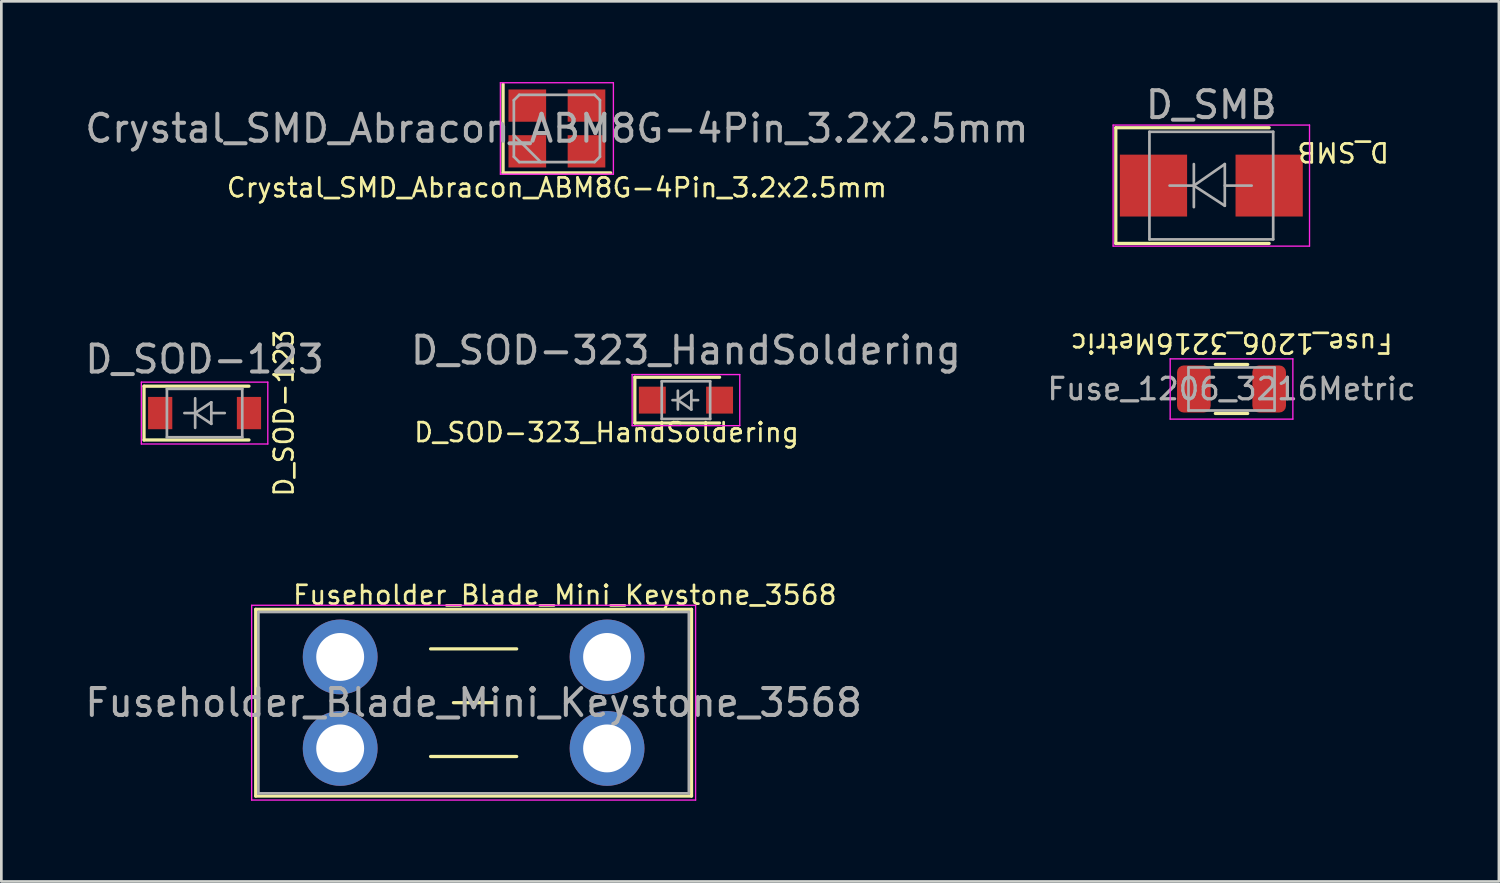
<source format=kicad_pcb>
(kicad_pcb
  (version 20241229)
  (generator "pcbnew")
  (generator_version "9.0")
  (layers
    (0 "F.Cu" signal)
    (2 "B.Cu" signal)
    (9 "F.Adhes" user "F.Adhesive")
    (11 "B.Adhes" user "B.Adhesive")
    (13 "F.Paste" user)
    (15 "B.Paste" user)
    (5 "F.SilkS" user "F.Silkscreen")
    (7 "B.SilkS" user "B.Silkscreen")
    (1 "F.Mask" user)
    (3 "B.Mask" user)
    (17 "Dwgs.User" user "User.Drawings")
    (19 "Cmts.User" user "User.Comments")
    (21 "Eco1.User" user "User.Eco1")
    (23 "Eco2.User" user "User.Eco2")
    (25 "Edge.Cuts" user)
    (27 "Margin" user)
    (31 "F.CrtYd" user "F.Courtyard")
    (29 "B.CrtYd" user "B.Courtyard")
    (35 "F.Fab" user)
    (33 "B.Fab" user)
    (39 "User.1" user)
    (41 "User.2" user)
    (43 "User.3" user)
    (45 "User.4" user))
  (footprint "D_SOD-323_HandSoldering"
    (layer "F.Cu")
    (at 22.446 11.822)
    (property "Reference" "D_SOD-323_HandSoldering" (at -2.95 1.2 0) (unlocked yes) (layer "F.SilkS") (effects (font (size 0.7 0.7) (thickness 0.1))))
    (attr smd)
    (fp_line (start -1.9 -0.85) (end -1.9 0.85) (stroke (width 0.12) (type solid)) (layer "F.SilkS"))
    (fp_line (start -1.9 -0.85) (end 1.25 -0.85) (stroke (width 0.12) (type solid)) (layer "F.SilkS"))
    (fp_line (start -1.9 0.85) (end 1.25 0.85) (stroke (width 0.12) (type solid)) (layer "F.SilkS"))
    (fp_line (start -2 -0.95) (end -2 0.95) (stroke (width 0.05) (type solid)) (layer "F.CrtYd"))
    (fp_line (start -2 -0.95) (end 2 -0.95) (stroke (width 0.05) (type solid)) (layer "F.CrtYd"))
    (fp_line (start -2 0.95) (end 2 0.95) (stroke (width 0.05) (type solid)) (layer "F.CrtYd"))
    (fp_line (start 2 -0.95) (end 2 0.95) (stroke (width 0.05) (type solid)) (layer "F.CrtYd"))
    (fp_line (start -0.9 -0.7) (end 0.9 -0.7) (stroke (width 0.1) (type solid)) (layer "F.Fab"))
    (fp_line (start -0.9 0.7) (end -0.9 -0.7) (stroke (width 0.1) (type solid)) (layer "F.Fab"))
    (fp_line (start -0.3 -0.35) (end -0.3 0.35) (stroke (width 0.1) (type solid)) (layer "F.Fab"))
    (fp_line (start -0.3 0) (end -0.5 0) (stroke (width 0.1) (type solid)) (layer "F.Fab"))
    (fp_line (start -0.3 0) (end 0.2 -0.35) (stroke (width 0.1) (type solid)) (layer "F.Fab"))
    (fp_line (start 0.2 -0.35) (end 0.2 0.35) (stroke (width 0.1) (type solid)) (layer "F.Fab"))
    (fp_line (start 0.2 0) (end 0.45 0) (stroke (width 0.1) (type solid)) (layer "F.Fab"))
    (fp_line (start 0.2 0.35) (end -0.3 0) (stroke (width 0.1) (type solid)) (layer "F.Fab"))
    (fp_line (start 0.9 -0.7) (end 0.9 0.7) (stroke (width 0.1) (type solid)) (layer "F.Fab"))
    (fp_line (start 0.9 0.7) (end -0.9 0.7) (stroke (width 0.1) (type solid)) (layer "F.Fab"))
    (fp_text user "${REFERENCE}" (at 0 -1.85 0) (unlocked yes) (layer "F.Fab") (effects (font (size 1 1) (thickness 0.15))))
    (pad "1" smd rect (at -1.25 0) (size 1 1) (layers "F.Cu" "F.Mask" "F.Paste"))
    (pad "2" smd rect (at 1.25 0) (size 1 1) (layers "F.Cu" "F.Mask" "F.Paste")))
  (footprint "Fuseholder_Blade_Mini_Keystone_3568"
    (layer "F.Cu")
    (at 9.594 21.368)
    (property "Reference" "Fuseholder_Blade_Mini_Keystone_3568" (at 8.35 -2.3 0) (unlocked yes) (layer "F.SilkS") (effects (font (size 0.7 0.7) (thickness 0.1))))
    (attr through_hole)
    (fp_line (start -3.14 -1.77) (end -3.14 5.17) (stroke (width 0.12) (type solid)) (layer "F.SilkS"))
    (fp_line (start -3.14 5.17) (end 13.06 5.17) (stroke (width 0.12) (type solid)) (layer "F.SilkS"))
    (fp_line (start 3.36 -0.3) (end 6.56 -0.3) (stroke (width 0.12) (type solid)) (layer "F.SilkS"))
    (fp_line (start 4.21 1.7) (end 5.71 1.7) (stroke (width 0.12) (type solid)) (layer "F.SilkS"))
    (fp_line (start 6.56 3.7) (end 3.36 3.7) (stroke (width 0.12) (type solid)) (layer "F.SilkS"))
    (fp_line (start 13.06 -1.77) (end -3.14 -1.77) (stroke (width 0.12) (type solid)) (layer "F.SilkS"))
    (fp_line (start 13.06 5.17) (end 13.06 -1.77) (stroke (width 0.12) (type solid)) (layer "F.SilkS"))
    (fp_line (start -3.29 -1.92) (end -3.29 5.32) (stroke (width 0.05) (type solid)) (layer "F.CrtYd"))
    (fp_line (start -3.29 5.32) (end 13.21 5.32) (stroke (width 0.05) (type solid)) (layer "F.CrtYd"))
    (fp_line (start 13.21 -1.92) (end -3.29 -1.92) (stroke (width 0.05) (type solid)) (layer "F.CrtYd"))
    (fp_line (start 13.21 5.32) (end 13.21 -1.92) (stroke (width 0.05) (type solid)) (layer "F.CrtYd"))
    (fp_line (start -3.04 -1.67) (end -3.04 5.07) (stroke (width 0.1) (type solid)) (layer "F.Fab"))
    (fp_line (start -3.04 5.07) (end 12.96 5.07) (stroke (width 0.1) (type solid)) (layer "F.Fab"))
    (fp_line (start 12.96 -1.67) (end -3.04 -1.67) (stroke (width 0.1) (type solid)) (layer "F.Fab"))
    (fp_line (start 12.96 5.07) (end 12.96 -1.67) (stroke (width 0.1) (type solid)) (layer "F.Fab"))
    (fp_text user "${REFERENCE}" (at 4.96 1.7 0) (unlocked yes) (layer "F.Fab") (effects (font (size 1 1) (thickness 0.15))))
    (pad "1" thru_hole circle (at 0 0) (size 2.78 2.78) (drill 1.78) (layers "*.Cu" "*.Mask"))
    (pad "1" thru_hole circle (at 0 3.4) (size 2.78 2.78) (drill 1.78) (layers "*.Cu" "*.Mask"))
    (pad "2" thru_hole circle (at 9.92 0) (size 2.78 2.78) (drill 1.78) (layers "*.Cu" "*.Mask"))
    (pad "2" thru_hole circle (at 9.92 3.4) (size 2.78 2.78) (drill 1.78) (layers "*.Cu" "*.Mask")))
  (footprint "D_SMB"
    (layer "F.Cu")
    (at 41.973 3.848)
    (property "Reference" "D_SMB" (at 4.9 -1.25 180) (unlocked yes) (layer "F.SilkS") (effects (font (size 0.7 0.7) (thickness 0.1))))
    (attr smd)
    (fp_line (start -3.55 -2.15) (end -3.55 2.15) (stroke (width 0.12) (type solid)) (layer "F.SilkS"))
    (fp_line (start -3.55 -2.15) (end 2.15 -2.15) (stroke (width 0.12) (type solid)) (layer "F.SilkS"))
    (fp_line (start -3.55 2.15) (end 2.15 2.15) (stroke (width 0.12) (type solid)) (layer "F.SilkS"))
    (fp_line (start -3.65 -2.25) (end 3.65 -2.25) (stroke (width 0.05) (type solid)) (layer "F.CrtYd"))
    (fp_line (start -3.65 2.25) (end -3.65 -2.25) (stroke (width 0.05) (type solid)) (layer "F.CrtYd"))
    (fp_line (start 3.65 -2.25) (end 3.65 2.25) (stroke (width 0.05) (type solid)) (layer "F.CrtYd"))
    (fp_line (start 3.65 2.25) (end -3.65 2.25) (stroke (width 0.05) (type solid)) (layer "F.CrtYd"))
    (fp_line (start -2.3 2) (end -2.3 -2) (stroke (width 0.1) (type solid)) (layer "F.Fab"))
    (fp_line (start -0.649 -0.799) (end -0.649 0.801) (stroke (width 0.1) (type solid)) (layer "F.Fab"))
    (fp_line (start -0.649 0.001) (end -1.551 0.001) (stroke (width 0.1) (type solid)) (layer "F.Fab"))
    (fp_line (start -0.649 0.001) (end 0.501 -0.799) (stroke (width 0.1) (type solid)) (layer "F.Fab"))
    (fp_line (start -0.649 0.001) (end 0.501 0.75) (stroke (width 0.1) (type solid)) (layer "F.Fab"))
    (fp_line (start 0.501 0.001) (end 1.499 0.001) (stroke (width 0.1) (type solid)) (layer "F.Fab"))
    (fp_line (start 0.501 0.75) (end 0.501 -0.799) (stroke (width 0.1) (type solid)) (layer "F.Fab"))
    (fp_line (start 2.3 -2) (end -2.3 -2) (stroke (width 0.1) (type solid)) (layer "F.Fab"))
    (fp_line (start 2.3 -2) (end 2.3 2) (stroke (width 0.1) (type solid)) (layer "F.Fab"))
    (fp_line (start 2.3 2) (end -2.3 2) (stroke (width 0.1) (type solid)) (layer "F.Fab"))
    (fp_text user "${REFERENCE}" (at 0 -3 180) (layer "F.Fab") (effects (font (size 1 1) (thickness 0.15))))
    (pad "1" smd rect (at -2.15 0) (size 2.5 2.3) (layers "F.Cu" "F.Mask" "F.Paste"))
    (pad "2" smd rect (at 2.15 0) (size 2.5 2.3) (layers "F.Cu" "F.Mask" "F.Paste")))
  (footprint "D_SOD-123"
    (layer "F.Cu")
    (at 4.554 12.303)
    (property "Reference" "D_SOD-123" (at 2.95 0 90) (unlocked yes) (layer "F.SilkS") (effects (font (size 0.7 0.7) (thickness 0.1))))
    (attr smd)
    (fp_line (start -2.25 -1) (end -2.25 1) (stroke (width 0.12) (type solid)) (layer "F.SilkS"))
    (fp_line (start -2.25 -1) (end 1.65 -1) (stroke (width 0.12) (type solid)) (layer "F.SilkS"))
    (fp_line (start -2.25 1) (end 1.65 1) (stroke (width 0.12) (type solid)) (layer "F.SilkS"))
    (fp_line (start -2.35 -1.15) (end -2.35 1.15) (stroke (width 0.05) (type solid)) (layer "F.CrtYd"))
    (fp_line (start -2.35 -1.15) (end 2.35 -1.15) (stroke (width 0.05) (type solid)) (layer "F.CrtYd"))
    (fp_line (start 2.35 -1.15) (end 2.35 1.15) (stroke (width 0.05) (type solid)) (layer "F.CrtYd"))
    (fp_line (start 2.35 1.15) (end -2.35 1.15) (stroke (width 0.05) (type solid)) (layer "F.CrtYd"))
    (fp_line (start -1.4 -0.9) (end 1.4 -0.9) (stroke (width 0.1) (type solid)) (layer "F.Fab"))
    (fp_line (start -1.4 0.9) (end -1.4 -0.9) (stroke (width 0.1) (type solid)) (layer "F.Fab"))
    (fp_line (start -0.75 0) (end -0.35 0) (stroke (width 0.1) (type solid)) (layer "F.Fab"))
    (fp_line (start -0.35 0) (end -0.35 -0.55) (stroke (width 0.1) (type solid)) (layer "F.Fab"))
    (fp_line (start -0.35 0) (end -0.35 0.55) (stroke (width 0.1) (type solid)) (layer "F.Fab"))
    (fp_line (start -0.35 0) (end 0.25 -0.4) (stroke (width 0.1) (type solid)) (layer "F.Fab"))
    (fp_line (start 0.25 -0.4) (end 0.25 0.4) (stroke (width 0.1) (type solid)) (layer "F.Fab"))
    (fp_line (start 0.25 0) (end 0.75 0) (stroke (width 0.1) (type solid)) (layer "F.Fab"))
    (fp_line (start 0.25 0.4) (end -0.35 0) (stroke (width 0.1) (type solid)) (layer "F.Fab"))
    (fp_line (start 1.4 -0.9) (end 1.4 0.9) (stroke (width 0.1) (type solid)) (layer "F.Fab"))
    (fp_line (start 1.4 0.9) (end -1.4 0.9) (stroke (width 0.1) (type solid)) (layer "F.Fab"))
    (fp_text user "${REFERENCE}" (at 0 -2 180) (layer "F.Fab") (effects (font (size 1 1) (thickness 0.15))))
    (pad "1" smd rect (at -1.65 0) (size 0.9 1.2) (layers "F.Cu" "F.Mask" "F.Paste"))
    (pad "2" smd rect (at 1.65 0) (size 0.9 1.2) (layers "F.Cu" "F.Mask" "F.Paste")))
  (footprint "Crystal_SMD_Abracon_ABM8G-4Pin_3.2x2.5mm"
    (layer "F.Cu")
    (at 17.649 1.725)
    (property "Reference" "Crystal_SMD_Abracon_ABM8G-4Pin_3.2x2.5mm" (at 0 2.2 0) (unlocked yes) (layer "F.SilkS") (effects (font (size 0.7 0.7) (thickness 0.1))))
    (attr smd)
    (fp_line (start -2 -1.65) (end -2 1.65) (stroke (width 0.12) (type solid)) (layer "F.SilkS"))
    (fp_line (start -2 1.65) (end 2 1.65) (stroke (width 0.12) (type solid)) (layer "F.SilkS"))
    (fp_line (start -2.1 -1.7) (end -2.1 1.7) (stroke (width 0.05) (type solid)) (layer "F.CrtYd"))
    (fp_line (start -2.1 1.7) (end 2.1 1.7) (stroke (width 0.05) (type solid)) (layer "F.CrtYd"))
    (fp_line (start 2.1 -1.7) (end -2.1 -1.7) (stroke (width 0.05) (type solid)) (layer "F.CrtYd"))
    (fp_line (start 2.1 1.7) (end 2.1 -1.7) (stroke (width 0.05) (type solid)) (layer "F.CrtYd"))
    (fp_line (start -1.6 -1.05) (end -1.4 -1.25) (stroke (width 0.1) (type solid)) (layer "F.Fab"))
    (fp_line (start -1.6 0.25) (end -0.6 1.25) (stroke (width 0.1) (type solid)) (layer "F.Fab"))
    (fp_line (start -1.6 1.05) (end -1.6 -1.05) (stroke (width 0.1) (type solid)) (layer "F.Fab"))
    (fp_line (start -1.4 -1.25) (end 1.4 -1.25) (stroke (width 0.1) (type solid)) (layer "F.Fab"))
    (fp_line (start -1.4 1.25) (end -1.6 1.05) (stroke (width 0.1) (type solid)) (layer "F.Fab"))
    (fp_line (start 1.4 -1.25) (end 1.6 -1.05) (stroke (width 0.1) (type solid)) (layer "F.Fab"))
    (fp_line (start 1.4 1.25) (end -1.4 1.25) (stroke (width 0.1) (type solid)) (layer "F.Fab"))
    (fp_line (start 1.6 -1.05) (end 1.6 1.05) (stroke (width 0.1) (type solid)) (layer "F.Fab"))
    (fp_line (start 1.6 1.05) (end 1.4 1.25) (stroke (width 0.1) (type solid)) (layer "F.Fab"))
    (fp_text user "${REFERENCE}" (at 0 0 0) (unlocked yes) (layer "F.Fab") (effects (font (size 1 1) (thickness 0.15))))
    (pad "1" smd rect (at -1.1 0.85) (size 1.4 1.2) (layers "F.Cu" "F.Mask" "F.Paste"))
    (pad "2" smd rect (at 1.1 0.85) (size 1.4 1.2) (layers "F.Cu" "F.Mask" "F.Paste"))
    (pad "3" smd rect (at 1.1 -0.85) (size 1.4 1.2) (layers "F.Cu" "F.Mask" "F.Paste"))
    (pad "4" smd rect (at -1.1 -0.85) (size 1.4 1.2) (layers "F.Cu" "F.Mask" "F.Paste")))
  (footprint "Fuse_1206_3216Metric"
    (layer "F.Cu")
    (at 42.724 11.408)
    (property "Reference" "Fuse_1206_3216Metric" (at 0 -1.7 180) (unlocked yes) (layer "F.SilkS") (effects (font (size 0.7 0.7) (thickness 0.1))))
    (attr smd)
    (fp_line (start -0.602 -0.91) (end 0.602 -0.91) (stroke (width 0.12) (type solid)) (layer "F.SilkS"))
    (fp_line (start -0.602 0.91) (end 0.602 0.91) (stroke (width 0.12) (type solid)) (layer "F.SilkS"))
    (fp_line (start -2.28 -1.12) (end 2.28 -1.12) (stroke (width 0.05) (type solid)) (layer "F.CrtYd"))
    (fp_line (start -2.28 1.12) (end -2.28 -1.12) (stroke (width 0.05) (type solid)) (layer "F.CrtYd"))
    (fp_line (start 2.28 -1.12) (end 2.28 1.12) (stroke (width 0.05) (type solid)) (layer "F.CrtYd"))
    (fp_line (start 2.28 1.12) (end -2.28 1.12) (stroke (width 0.05) (type solid)) (layer "F.CrtYd"))
    (fp_line (start -1.6 -0.8) (end 1.6 -0.8) (stroke (width 0.1) (type solid)) (layer "F.Fab"))
    (fp_line (start -1.6 0.8) (end -1.6 -0.8) (stroke (width 0.1) (type solid)) (layer "F.Fab"))
    (fp_line (start 1.6 -0.8) (end 1.6 0.8) (stroke (width 0.1) (type solid)) (layer "F.Fab"))
    (fp_line (start 1.6 0.8) (end -1.6 0.8) (stroke (width 0.1) (type solid)) (layer "F.Fab"))
    (fp_text user "${REFERENCE}" (at 0 0 180) (layer "F.Fab") (effects (font (size 0.8 0.8) (thickness 0.12))))
    (pad "1" smd roundrect (at -1.4 0) (size 1.25 1.75) (layers "F.Cu" "F.Mask" "F.Paste") (roundrect_rratio 0.2))
    (pad "2" smd roundrect (at 1.4 0) (size 1.25 1.75) (layers "F.Cu" "F.Mask" "F.Paste") (roundrect_rratio 0.2)))
  (gr_rect
    (start -3 -3)
    (end 52.662 29.713)
    (stroke (width 0.1) (type default))
    (fill no)
    (layer "Edge.Cuts")))
</source>
